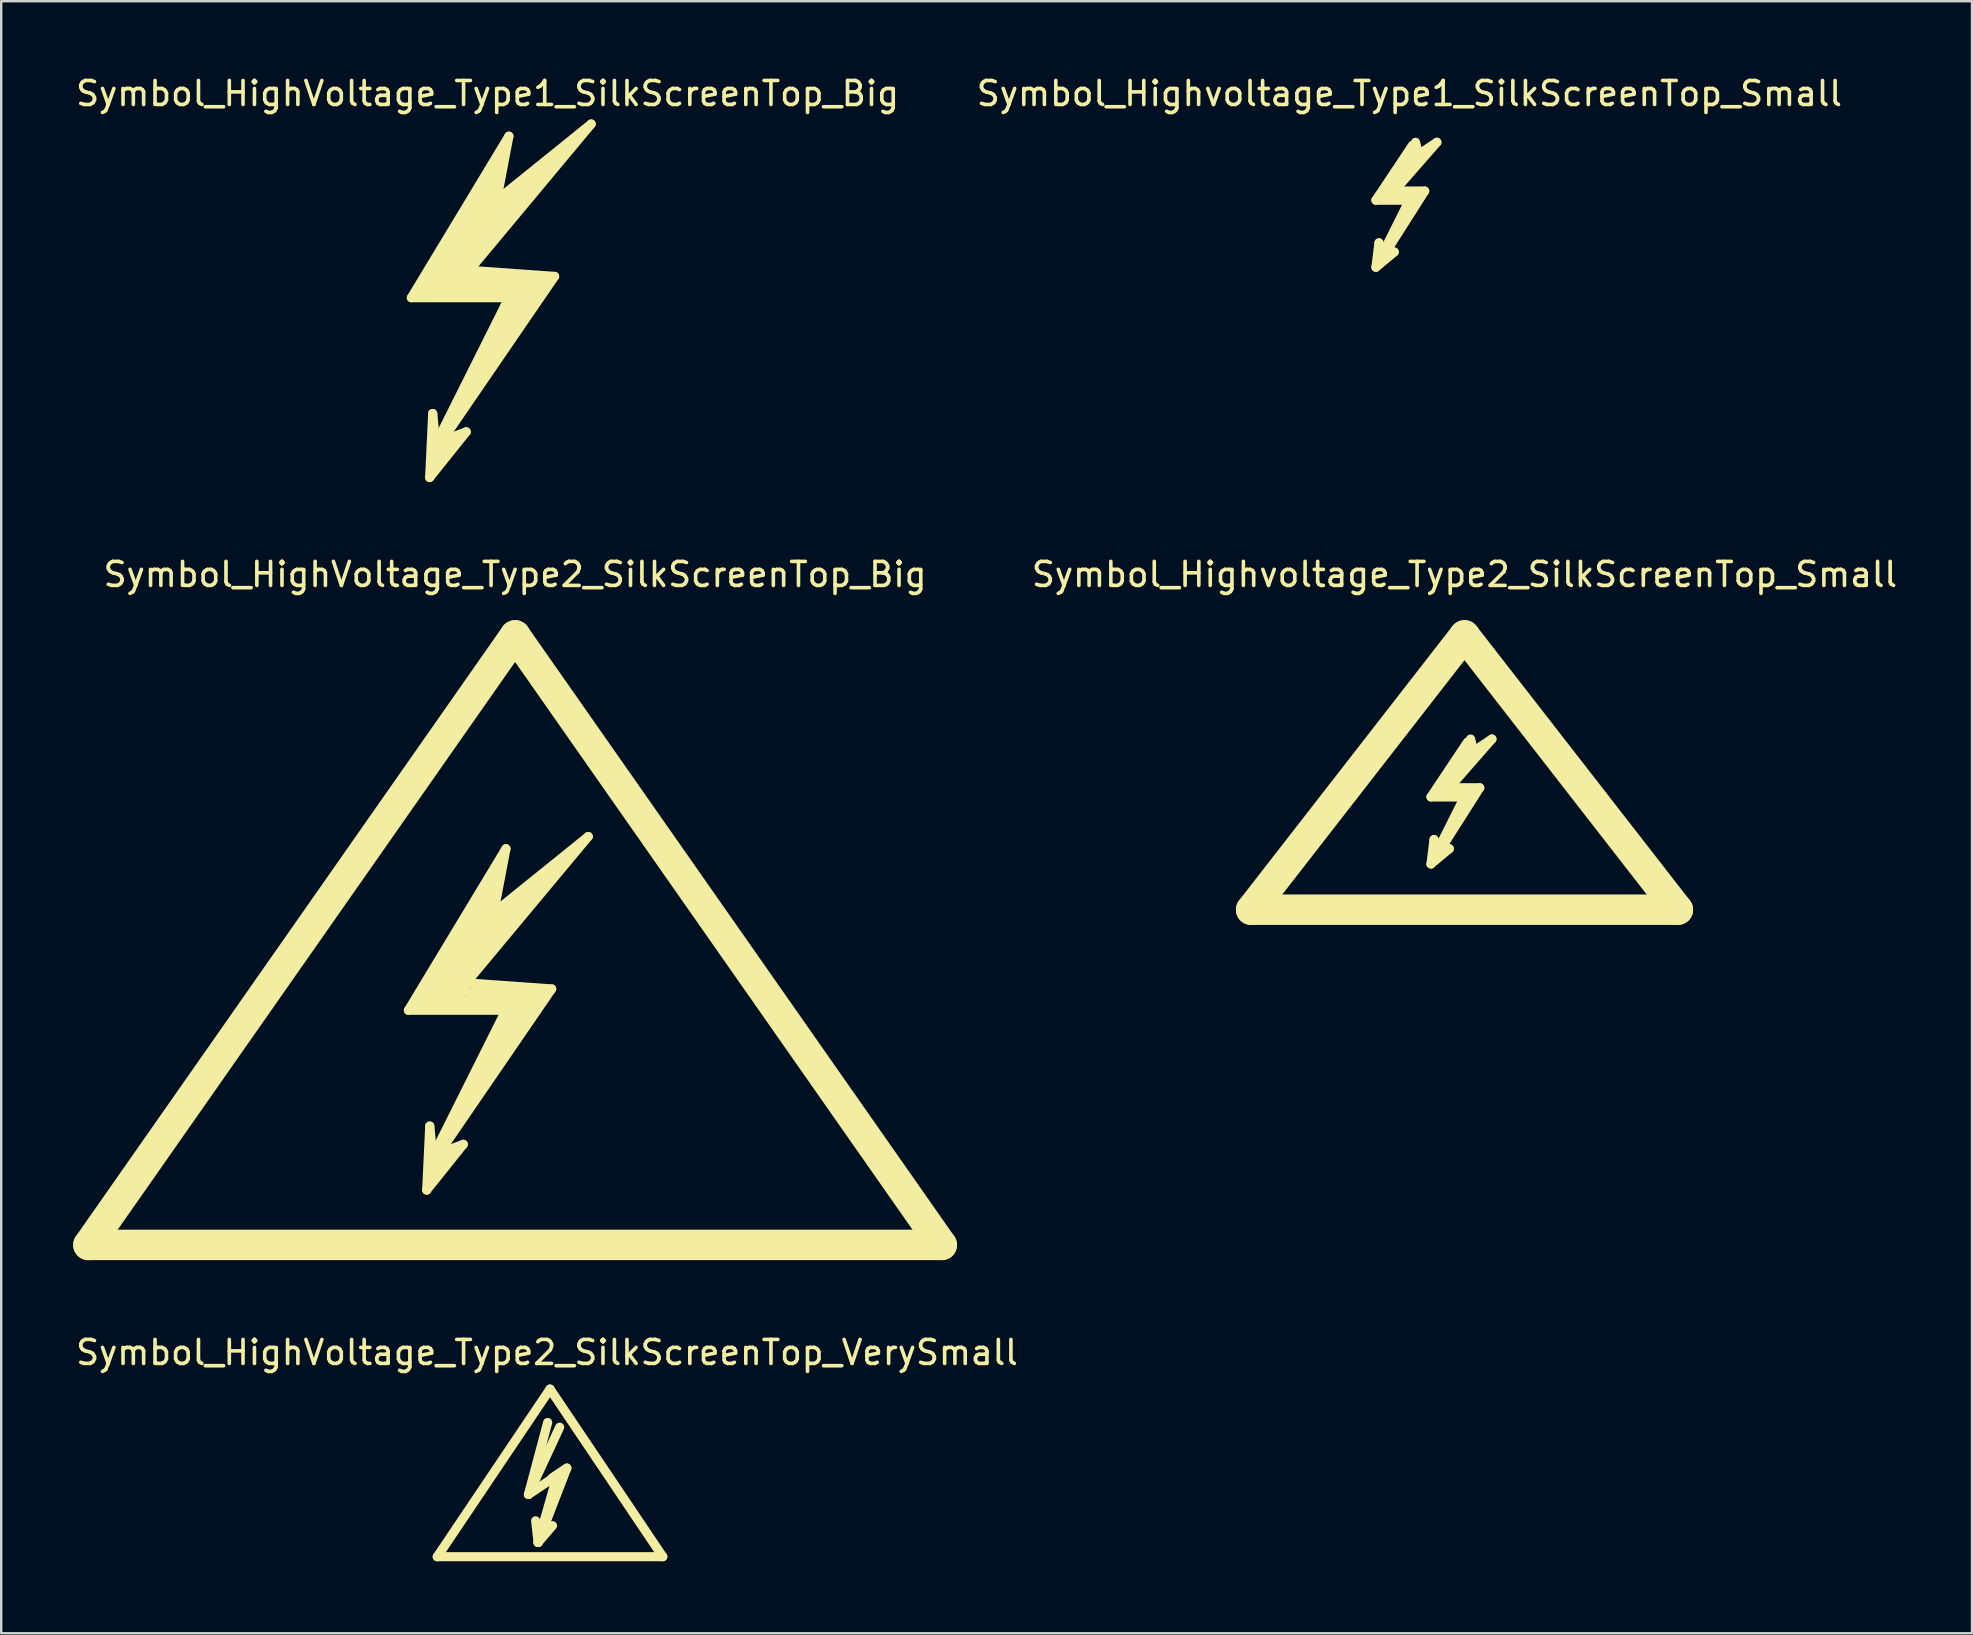
<source format=kicad_pcb>
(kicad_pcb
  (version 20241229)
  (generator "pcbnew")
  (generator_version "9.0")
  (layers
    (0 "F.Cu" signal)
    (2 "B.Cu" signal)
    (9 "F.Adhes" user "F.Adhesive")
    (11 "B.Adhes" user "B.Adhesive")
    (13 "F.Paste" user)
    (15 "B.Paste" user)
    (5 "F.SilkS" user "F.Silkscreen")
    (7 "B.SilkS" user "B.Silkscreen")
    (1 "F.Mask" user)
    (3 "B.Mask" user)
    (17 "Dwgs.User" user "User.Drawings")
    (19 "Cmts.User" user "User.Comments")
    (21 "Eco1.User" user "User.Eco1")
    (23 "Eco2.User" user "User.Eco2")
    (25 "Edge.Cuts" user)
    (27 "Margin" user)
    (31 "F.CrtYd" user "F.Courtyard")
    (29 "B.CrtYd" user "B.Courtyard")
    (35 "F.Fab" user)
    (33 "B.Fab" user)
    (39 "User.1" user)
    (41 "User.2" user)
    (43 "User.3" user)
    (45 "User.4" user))
  (footprint "Symbol_HighVoltage_Type2_SilkScreenTop_Big"
    (layer "F.Cu")
    (at 18.415 38.669)
    (property "Reference" "Symbol_HighVoltage_Type2_SilkScreenTop_Big" (at 0 -17.78 0) (layer "F.SilkS") (effects (font (size 1 1) (thickness 0.15))))
    (attr exclude_from_pos_files exclude_from_bom)
    (fp_line (start -17.78 10.16) (end 0 -15.24) (stroke (width 1.27) (type solid)) (layer "F.SilkS"))
    (fp_line (start -4.445 0.381) (end -0.381 0.381) (stroke (width 0.381) (type solid)) (layer "F.SilkS"))
    (fp_line (start -4.064 0.254) (end -0.889 -4.318) (stroke (width 0.381) (type solid)) (layer "F.SilkS"))
    (fp_line (start -3.683 0.127) (end -1.016 -3.556) (stroke (width 0.381) (type solid)) (layer "F.SilkS"))
    (fp_line (start -3.683 7.874) (end -2.159 5.969) (stroke (width 0.381) (type solid)) (layer "F.SilkS"))
    (fp_line (start -3.556 5.207) (end -3.683 7.874) (stroke (width 0.381) (type solid)) (layer "F.SilkS"))
    (fp_line (start -3.556 7.239) (end -3.175 6.35) (stroke (width 0.381) (type solid)) (layer "F.SilkS"))
    (fp_line (start -3.429 6.477) (end -3.556 5.207) (stroke (width 0.381) (type solid)) (layer "F.SilkS"))
    (fp_line (start -3.302 0.127) (end 1.397 -5.207) (stroke (width 0.381) (type solid)) (layer "F.SilkS"))
    (fp_line (start -3.175 6.096) (end -3.048 6.223) (stroke (width 0.381) (type solid)) (layer "F.SilkS"))
    (fp_line (start -3.175 6.35) (end -3.048 5.969) (stroke (width 0.381) (type solid)) (layer "F.SilkS"))
    (fp_line (start -3.175 6.35) (end 1.524 -0.508) (stroke (width 0.381) (type solid)) (layer "F.SilkS"))
    (fp_line (start -3.048 5.969) (end -3.175 6.096) (stroke (width 0.381) (type solid)) (layer "F.SilkS"))
    (fp_line (start -2.921 0.254) (end 0.762 0.127) (stroke (width 0.381) (type solid)) (layer "F.SilkS"))
    (fp_line (start -2.794 6.477) (end -3.556 7.239) (stroke (width 0.381) (type solid)) (layer "F.SilkS"))
    (fp_line (start -2.667 5.461) (end 0.127 0.127) (stroke (width 0.381) (type solid)) (layer "F.SilkS"))
    (fp_line (start -2.413 0) (end 0.635 -0.127) (stroke (width 0.381) (type solid)) (layer "F.SilkS"))
    (fp_line (start -2.286 -1.524) (end 0.254 -4.445) (stroke (width 0.381) (type solid)) (layer "F.SilkS"))
    (fp_line (start -2.286 -1.016) (end -2.032 -0.381) (stroke (width 0.381) (type solid)) (layer "F.SilkS"))
    (fp_line (start -2.286 -0.381) (end -2.413 0) (stroke (width 0.381) (type solid)) (layer "F.SilkS"))
    (fp_line (start -2.159 5.969) (end -3.175 6.35) (stroke (width 0.381) (type solid)) (layer "F.SilkS"))
    (fp_line (start -2.032 -0.762) (end 3.048 -6.858) (stroke (width 0.381) (type solid)) (layer "F.SilkS"))
    (fp_line (start -1.016 -3.556) (end -3.302 0.127) (stroke (width 0.381) (type solid)) (layer "F.SilkS"))
    (fp_line (start -0.889 -4.318) (end -3.683 0.127) (stroke (width 0.381) (type solid)) (layer "F.SilkS"))
    (fp_line (start -0.889 -3.683) (end -0.381 -6.35) (stroke (width 0.381) (type solid)) (layer "F.SilkS"))
    (fp_line (start -0.762 -5.588) (end -0.889 -4.953) (stroke (width 0.381) (type solid)) (layer "F.SilkS"))
    (fp_line (start -0.762 -5.08) (end -4.064 0.254) (stroke (width 0.381) (type solid)) (layer "F.SilkS"))
    (fp_line (start -0.381 -6.35) (end -4.445 0.381) (stroke (width 0.381) (type solid)) (layer "F.SilkS"))
    (fp_line (start -0.381 0.381) (end -3.429 6.477) (stroke (width 0.381) (type solid)) (layer "F.SilkS"))
    (fp_line (start 0 -15.24) (end 17.78 10.16) (stroke (width 1.27) (type solid)) (layer "F.SilkS"))
    (fp_line (start 0.127 0.127) (end 0.762 0.127) (stroke (width 0.381) (type solid)) (layer "F.SilkS"))
    (fp_line (start 0.254 -4.445) (end -2.921 0.254) (stroke (width 0.381) (type solid)) (layer "F.SilkS"))
    (fp_line (start 0.635 -0.127) (end -2.667 5.461) (stroke (width 0.381) (type solid)) (layer "F.SilkS"))
    (fp_line (start 0.762 0.127) (end -0.508 2.159) (stroke (width 0.381) (type solid)) (layer "F.SilkS"))
    (fp_line (start 0.762 0.127) (end 1.143 -0.381) (stroke (width 0.381) (type solid)) (layer "F.SilkS"))
    (fp_line (start 1.143 -0.381) (end -2.286 -0.381) (stroke (width 0.381) (type solid)) (layer "F.SilkS"))
    (fp_line (start 1.397 -5.207) (end -2.286 -1.524) (stroke (width 0.381) (type solid)) (layer "F.SilkS"))
    (fp_line (start 1.524 -0.508) (end -2.032 -0.762) (stroke (width 0.381) (type solid)) (layer "F.SilkS"))
    (fp_line (start 1.778 -5.461) (end -1.143 -3.175) (stroke (width 0.381) (type solid)) (layer "F.SilkS"))
    (fp_line (start 3.048 -6.858) (end -0.889 -3.683) (stroke (width 0.381) (type solid)) (layer "F.SilkS"))
    (fp_line (start 17.78 10.16) (end -17.78 10.16) (stroke (width 1.27) (type solid)) (layer "F.SilkS")))
  (footprint "Symbol_HighVoltage_Type2_SilkScreenTop_VerySmall"
    (layer "F.Cu")
    (at 19.871 59.027)
    (property "Reference" "Symbol_HighVoltage_Type2_SilkScreenTop_VerySmall" (at -0.127 -5.715 0) (layer "F.SilkS") (effects (font (size 1 1) (thickness 0.15))))
    (attr exclude_from_pos_files exclude_from_bom)
    (fp_line (start -4.699 2.794) (end 0 -4.191) (stroke (width 0.381) (type solid)) (layer "F.SilkS"))
    (fp_line (start -0.899 0.201) (end 0.3 -0.599) (stroke (width 0.381) (type solid)) (layer "F.SilkS"))
    (fp_line (start -0.899 0.201) (end 0.401 -2.601) (stroke (width 0.381) (type solid)) (layer "F.SilkS"))
    (fp_line (start -0.498 2.2) (end -0.599 1.3) (stroke (width 0.381) (type solid)) (layer "F.SilkS"))
    (fp_line (start -0.498 2.2) (end 0.102 1.501) (stroke (width 0.381) (type solid)) (layer "F.SilkS"))
    (fp_line (start -0.498 2.2) (end 0.701 -0.899) (stroke (width 0.381) (type solid)) (layer "F.SilkS"))
    (fp_line (start -0.099 -2.799) (end -0.899 0.201) (stroke (width 0.381) (type solid)) (layer "F.SilkS"))
    (fp_line (start 0 -4.191) (end 4.699 2.794) (stroke (width 0.381) (type solid)) (layer "F.SilkS"))
    (fp_line (start 0.3 -0.599) (end -0.498 2.2) (stroke (width 0.381) (type solid)) (layer "F.SilkS"))
    (fp_line (start 0.701 -0.899) (end 0.102 -0.5) (stroke (width 0.381) (type solid)) (layer "F.SilkS"))
    (fp_line (start 4.699 2.794) (end -4.699 2.794) (stroke (width 0.381) (type solid)) (layer "F.SilkS")))
  (footprint "Symbol_HighVoltage_Type1_SilkScreenTop_Big"
    (layer "F.Cu")
    (at 17.268 8.976)
    (property "Reference" "Symbol_HighVoltage_Type1_SilkScreenTop_Big" (at 0 -8.128 0) (layer "F.SilkS") (effects (font (size 1 1) (thickness 0.15))))
    (attr exclude_from_pos_files exclude_from_bom)
    (fp_line (start -3.175 0.381) (end 0.889 0.381) (stroke (width 0.381) (type solid)) (layer "F.SilkS"))
    (fp_line (start -2.794 0.254) (end 0.381 -4.318) (stroke (width 0.381) (type solid)) (layer "F.SilkS"))
    (fp_line (start -2.413 0.127) (end 0.254 -3.556) (stroke (width 0.381) (type solid)) (layer "F.SilkS"))
    (fp_line (start -2.413 7.874) (end -0.889 5.969) (stroke (width 0.381) (type solid)) (layer "F.SilkS"))
    (fp_line (start -2.286 5.207) (end -2.413 7.874) (stroke (width 0.381) (type solid)) (layer "F.SilkS"))
    (fp_line (start -2.286 7.239) (end -1.905 6.35) (stroke (width 0.381) (type solid)) (layer "F.SilkS"))
    (fp_line (start -2.159 6.477) (end -2.286 5.207) (stroke (width 0.381) (type solid)) (layer "F.SilkS"))
    (fp_line (start -2.032 0.127) (end 2.667 -5.207) (stroke (width 0.381) (type solid)) (layer "F.SilkS"))
    (fp_line (start -1.905 6.096) (end -1.778 6.223) (stroke (width 0.381) (type solid)) (layer "F.SilkS"))
    (fp_line (start -1.905 6.35) (end -1.778 5.969) (stroke (width 0.381) (type solid)) (layer "F.SilkS"))
    (fp_line (start -1.905 6.35) (end 2.794 -0.508) (stroke (width 0.381) (type solid)) (layer "F.SilkS"))
    (fp_line (start -1.778 5.969) (end -1.905 6.096) (stroke (width 0.381) (type solid)) (layer "F.SilkS"))
    (fp_line (start -1.651 0.254) (end 2.032 0.127) (stroke (width 0.381) (type solid)) (layer "F.SilkS"))
    (fp_line (start -1.524 6.477) (end -2.286 7.239) (stroke (width 0.381) (type solid)) (layer "F.SilkS"))
    (fp_line (start -1.397 5.461) (end 1.397 0.127) (stroke (width 0.381) (type solid)) (layer "F.SilkS"))
    (fp_line (start -1.143 0) (end 1.905 -0.127) (stroke (width 0.381) (type solid)) (layer "F.SilkS"))
    (fp_line (start -1.016 -1.524) (end 1.524 -4.445) (stroke (width 0.381) (type solid)) (layer "F.SilkS"))
    (fp_line (start -1.016 -1.016) (end -0.762 -0.381) (stroke (width 0.381) (type solid)) (layer "F.SilkS"))
    (fp_line (start -1.016 -0.381) (end -1.143 0) (stroke (width 0.381) (type solid)) (layer "F.SilkS"))
    (fp_line (start -0.889 5.969) (end -1.905 6.35) (stroke (width 0.381) (type solid)) (layer "F.SilkS"))
    (fp_line (start -0.762 -0.762) (end 4.318 -6.858) (stroke (width 0.381) (type solid)) (layer "F.SilkS"))
    (fp_line (start 0.254 -3.556) (end -2.032 0.127) (stroke (width 0.381) (type solid)) (layer "F.SilkS"))
    (fp_line (start 0.381 -4.318) (end -2.413 0.127) (stroke (width 0.381) (type solid)) (layer "F.SilkS"))
    (fp_line (start 0.381 -3.683) (end 0.889 -6.35) (stroke (width 0.381) (type solid)) (layer "F.SilkS"))
    (fp_line (start 0.508 -5.588) (end 0.381 -4.953) (stroke (width 0.381) (type solid)) (layer "F.SilkS"))
    (fp_line (start 0.508 -5.08) (end -2.794 0.254) (stroke (width 0.381) (type solid)) (layer "F.SilkS"))
    (fp_line (start 0.889 -6.35) (end -3.175 0.381) (stroke (width 0.381) (type solid)) (layer "F.SilkS"))
    (fp_line (start 0.889 0.381) (end -2.159 6.477) (stroke (width 0.381) (type solid)) (layer "F.SilkS"))
    (fp_line (start 1.397 0.127) (end 2.032 0.127) (stroke (width 0.381) (type solid)) (layer "F.SilkS"))
    (fp_line (start 1.524 -4.445) (end -1.651 0.254) (stroke (width 0.381) (type solid)) (layer "F.SilkS"))
    (fp_line (start 1.905 -0.127) (end -1.397 5.461) (stroke (width 0.381) (type solid)) (layer "F.SilkS"))
    (fp_line (start 2.032 0.127) (end 0.762 2.159) (stroke (width 0.381) (type solid)) (layer "F.SilkS"))
    (fp_line (start 2.032 0.127) (end 2.413 -0.381) (stroke (width 0.381) (type solid)) (layer "F.SilkS"))
    (fp_line (start 2.413 -0.381) (end -1.016 -0.381) (stroke (width 0.381) (type solid)) (layer "F.SilkS"))
    (fp_line (start 2.667 -5.207) (end -1.016 -1.524) (stroke (width 0.381) (type solid)) (layer "F.SilkS"))
    (fp_line (start 2.794 -0.508) (end -0.762 -0.762) (stroke (width 0.381) (type solid)) (layer "F.SilkS"))
    (fp_line (start 3.048 -5.461) (end 0.127 -3.175) (stroke (width 0.381) (type solid)) (layer "F.SilkS"))
    (fp_line (start 4.318 -6.858) (end 0.381 -3.683) (stroke (width 0.381) (type solid)) (layer "F.SilkS")))
  (footprint "Symbol_Highvoltage_Type1_SilkScreenTop_Small"
    (layer "F.Cu")
    (at 54.669 6.055)
    (property "Reference" "Symbol_Highvoltage_Type1_SilkScreenTop_Small" (at 1.016 -5.207 0) (layer "F.SilkS") (effects (font (size 1 1) (thickness 0.15))))
    (attr exclude_from_pos_files exclude_from_bom)
    (fp_line (start -0.381 -0.762) (end 1.016 -0.762) (stroke (width 0.381) (type solid)) (layer "F.SilkS"))
    (fp_line (start -0.381 2.032) (end 0.381 1.397) (stroke (width 0.381) (type solid)) (layer "F.SilkS"))
    (fp_line (start -0.254 1.016) (end -0.381 2.032) (stroke (width 0.381) (type solid)) (layer "F.SilkS"))
    (fp_line (start -0.127 1.524) (end -0.254 1.016) (stroke (width 0.381) (type solid)) (layer "F.SilkS"))
    (fp_line (start -0.127 1.651) (end 1.651 -1.143) (stroke (width 0.381) (type solid)) (layer "F.SilkS"))
    (fp_line (start 0 -0.889) (end 1.27 -0.889) (stroke (width 0.381) (type solid)) (layer "F.SilkS"))
    (fp_line (start 0.381 -1.143) (end 2.159 -3.175) (stroke (width 0.381) (type solid)) (layer "F.SilkS"))
    (fp_line (start 0.381 1.397) (end -0.127 1.651) (stroke (width 0.381) (type solid)) (layer "F.SilkS"))
    (fp_line (start 1.016 -0.762) (end -0.127 1.524) (stroke (width 0.381) (type solid)) (layer "F.SilkS"))
    (fp_line (start 1.143 -3.048) (end -0.381 -0.762) (stroke (width 0.381) (type solid)) (layer "F.SilkS"))
    (fp_line (start 1.397 -2.794) (end 0 -0.889) (stroke (width 0.381) (type solid)) (layer "F.SilkS"))
    (fp_line (start 1.397 -2.667) (end 1.27 -3.175) (stroke (width 0.381) (type solid)) (layer "F.SilkS"))
    (fp_line (start 1.651 -1.143) (end 0.381 -1.143) (stroke (width 0.381) (type solid)) (layer "F.SilkS"))
    (fp_line (start 2.159 -3.175) (end 1.397 -2.667) (stroke (width 0.381) (type solid)) (layer "F.SilkS")))
  (footprint "Symbol_Highvoltage_Type2_SilkScreenTop_Small"
    (layer "F.Cu")
    (at 57.979 31.049)
    (property "Reference" "Symbol_Highvoltage_Type2_SilkScreenTop_Small" (at 0 -10.16 0) (layer "F.SilkS") (effects (font (size 1 1) (thickness 0.15))))
    (attr exclude_from_pos_files exclude_from_bom)
    (fp_line (start -8.89 3.81) (end 0 -7.62) (stroke (width 1.27) (type solid)) (layer "F.SilkS"))
    (fp_line (start -1.397 -0.889) (end 0 -0.889) (stroke (width 0.381) (type solid)) (layer "F.SilkS"))
    (fp_line (start -1.397 1.905) (end -0.635 1.27) (stroke (width 0.381) (type solid)) (layer "F.SilkS"))
    (fp_line (start -1.27 0.889) (end -1.397 1.905) (stroke (width 0.381) (type solid)) (layer "F.SilkS"))
    (fp_line (start -1.143 1.397) (end -1.27 0.889) (stroke (width 0.381) (type solid)) (layer "F.SilkS"))
    (fp_line (start -1.143 1.524) (end 0.635 -1.27) (stroke (width 0.381) (type solid)) (layer "F.SilkS"))
    (fp_line (start -1.016 -1.016) (end 0.254 -1.016) (stroke (width 0.381) (type solid)) (layer "F.SilkS"))
    (fp_line (start -0.635 -1.27) (end 1.143 -3.302) (stroke (width 0.381) (type solid)) (layer "F.SilkS"))
    (fp_line (start -0.635 1.27) (end -1.143 1.524) (stroke (width 0.381) (type solid)) (layer "F.SilkS"))
    (fp_line (start 0 -7.62) (end 8.89 3.81) (stroke (width 1.27) (type solid)) (layer "F.SilkS"))
    (fp_line (start 0 -0.889) (end -1.143 1.397) (stroke (width 0.381) (type solid)) (layer "F.SilkS"))
    (fp_line (start 0.127 -3.175) (end -1.397 -0.889) (stroke (width 0.381) (type solid)) (layer "F.SilkS"))
    (fp_line (start 0.381 -2.921) (end -1.016 -1.016) (stroke (width 0.381) (type solid)) (layer "F.SilkS"))
    (fp_line (start 0.381 -2.794) (end 0.254 -3.302) (stroke (width 0.381) (type solid)) (layer "F.SilkS"))
    (fp_line (start 0.635 -1.27) (end -0.635 -1.27) (stroke (width 0.381) (type solid)) (layer "F.SilkS"))
    (fp_line (start 1.143 -3.302) (end 0.381 -2.794) (stroke (width 0.381) (type solid)) (layer "F.SilkS"))
    (fp_line (start 8.89 3.81) (end -8.89 3.81) (stroke (width 1.27) (type solid)) (layer "F.SilkS")))
  (gr_rect
    (start -3 -3)
    (end 79.128 65.012)
    (stroke (width 0.1) (type default))
    (fill no)
    (layer "Edge.Cuts")))
</source>
